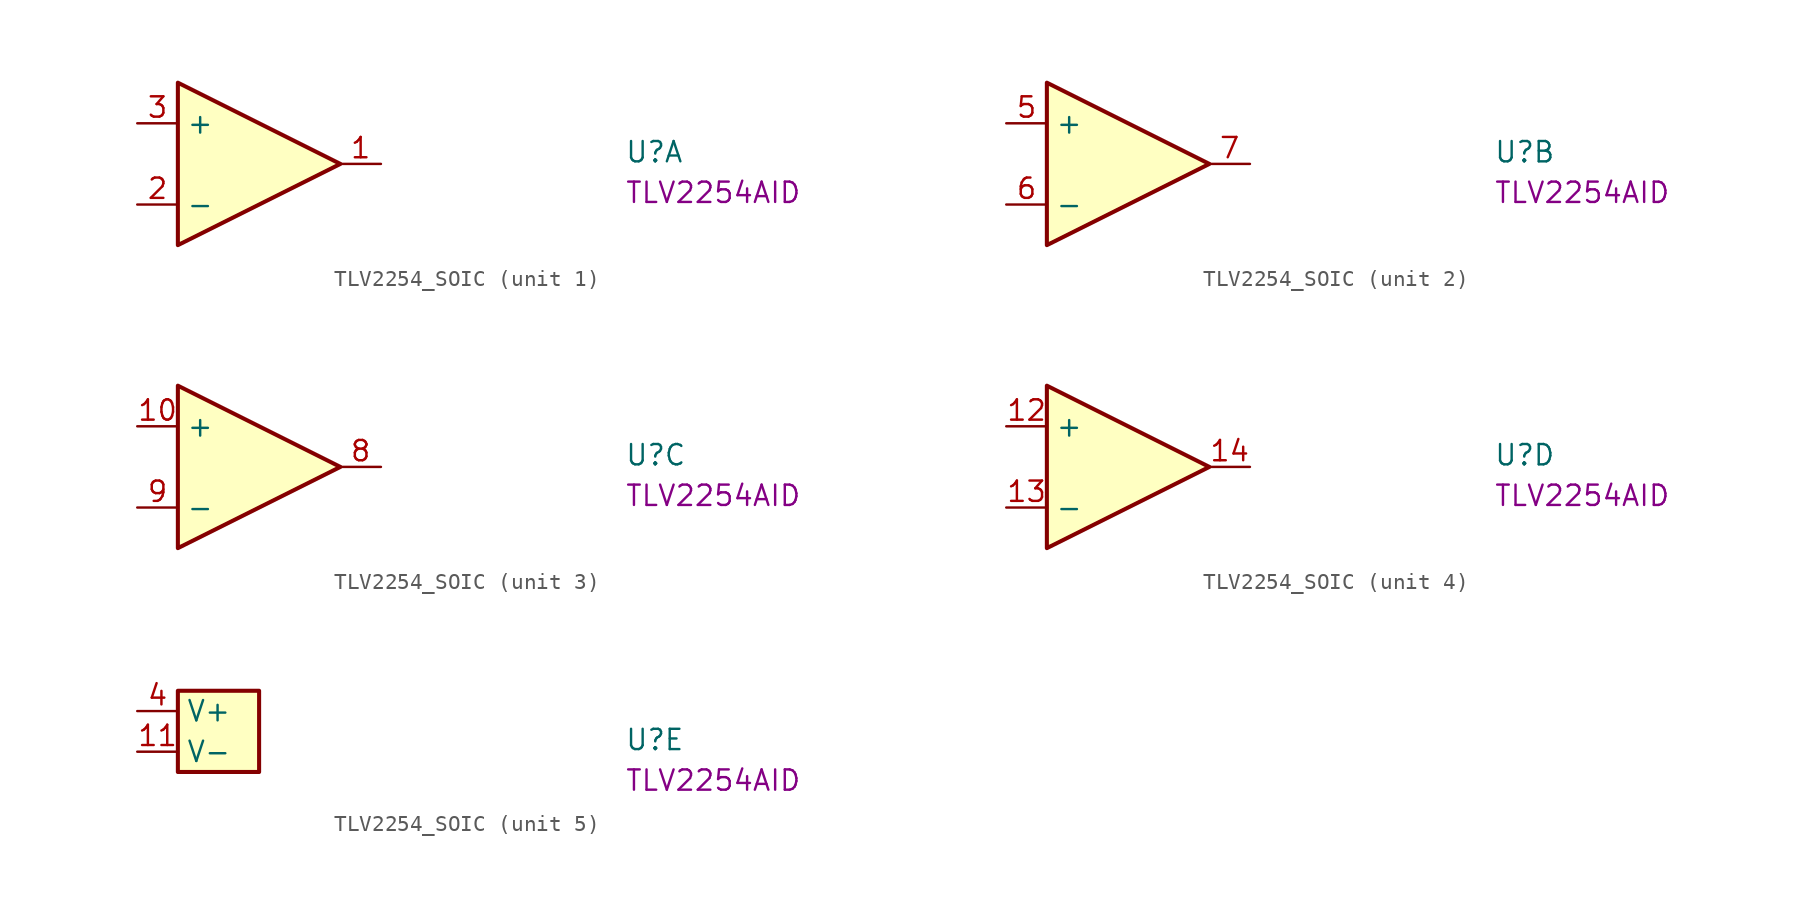
<source format=kicad_sym>
(kicad_symbol_lib
  (version 20220914)
  (generator kicad_symbol_editor)
  (symbol "TLV2254_SOIC"
    (property "Reference" "U"
      (at 30.48 -2.54 0)
      (effects (font (size 1.27 1.27) (thickness 0.15)) (justify left bottom)))
    (property "MPN" "TLV2254AID"
      (at 30.48 -5.08 0)
      (effects (font (size 1.27 1.27) (thickness 0.15)) (justify left bottom)))
    (property "ki_locked" ""
      (at 0 0 0)
      (effects (font (size 1.27 1.27))))
    (symbol "TLV2254_SOIC_1_1"
      (polyline (pts (xy 2.54 2.54) (xy 12.7 -2.54) (xy 2.54 -7.62) (xy 2.54 2.54)) (stroke (width 0.254) (type default)) (fill (type background)))
      (pin output line (at 15.24 -2.54 180) (length 2.54) (name "~" (effects (font (size 1.27 1.27)))) (number "1" (effects (font (size 1.27 1.27)))))
      (pin input line (at 0 -5.08 0) (length 2.54) (name "-" (effects (font (size 1.27 1.27)))) (number "2" (effects (font (size 1.27 1.27)))))
      (pin input line (at 0 0 0) (length 2.54) (name "+" (effects (font (size 1.27 1.27)))) (number "3" (effects (font (size 1.27 1.27))))))
    (symbol "TLV2254_SOIC_2_1"
      (polyline (pts (xy 2.54 2.54) (xy 12.7 -2.54) (xy 2.54 -7.62) (xy 2.54 2.54)) (stroke (width 0.254) (type default)) (fill (type background)))
      (pin input line (at 0 0 0) (length 2.54) (name "+" (effects (font (size 1.27 1.27)))) (number "5" (effects (font (size 1.27 1.27)))))
      (pin input line (at 0 -5.08 0) (length 2.54) (name "-" (effects (font (size 1.27 1.27)))) (number "6" (effects (font (size 1.27 1.27)))))
      (pin output line (at 15.24 -2.54 180) (length 2.54) (name "~" (effects (font (size 1.27 1.27)))) (number "7" (effects (font (size 1.27 1.27))))))
    (symbol "TLV2254_SOIC_3_1"
      (polyline (pts (xy 2.54 2.54) (xy 12.7 -2.54) (xy 2.54 -7.62) (xy 2.54 2.54)) (stroke (width 0.254) (type default)) (fill (type background)))
      (pin input line (at 0 0 0) (length 2.54) (name "+" (effects (font (size 1.27 1.27)))) (number "10" (effects (font (size 1.27 1.27)))))
      (pin output line (at 15.24 -2.54 180) (length 2.54) (name "~" (effects (font (size 1.27 1.27)))) (number "8" (effects (font (size 1.27 1.27)))))
      (pin input line (at 0 -5.08 0) (length 2.54) (name "-" (effects (font (size 1.27 1.27)))) (number "9" (effects (font (size 1.27 1.27))))))
    (symbol "TLV2254_SOIC_4_1"
      (polyline (pts (xy 2.54 2.54) (xy 12.7 -2.54) (xy 2.54 -7.62) (xy 2.54 2.54)) (stroke (width 0.254) (type default)) (fill (type background)))
      (pin input line (at 0 0 0) (length 2.54) (name "+" (effects (font (size 1.27 1.27)))) (number "12" (effects (font (size 1.27 1.27)))))
      (pin input line (at 0 -5.08 0) (length 2.54) (name "-" (effects (font (size 1.27 1.27)))) (number "13" (effects (font (size 1.27 1.27)))))
      (pin output line (at 15.24 -2.54 180) (length 2.54) (name "~" (effects (font (size 1.27 1.27)))) (number "14" (effects (font (size 1.27 1.27))))))
    (symbol "TLV2254_SOIC_5_1"
      (rectangle (start 2.54 1.27) (end 7.62 -3.81) (stroke (width 0.254) (type default)) (fill (type background)))
      (pin power_in line (at 0 -2.54 0) (length 2.54) (name "V-" (effects (font (size 1.27 1.27)))) (number "11" (effects (font (size 1.27 1.27)))))
      (pin power_in line (at 0 0 0) (length 2.54) (name "V+" (effects (font (size 1.27 1.27)))) (number "4" (effects (font (size 1.27 1.27))))))))
</source>
